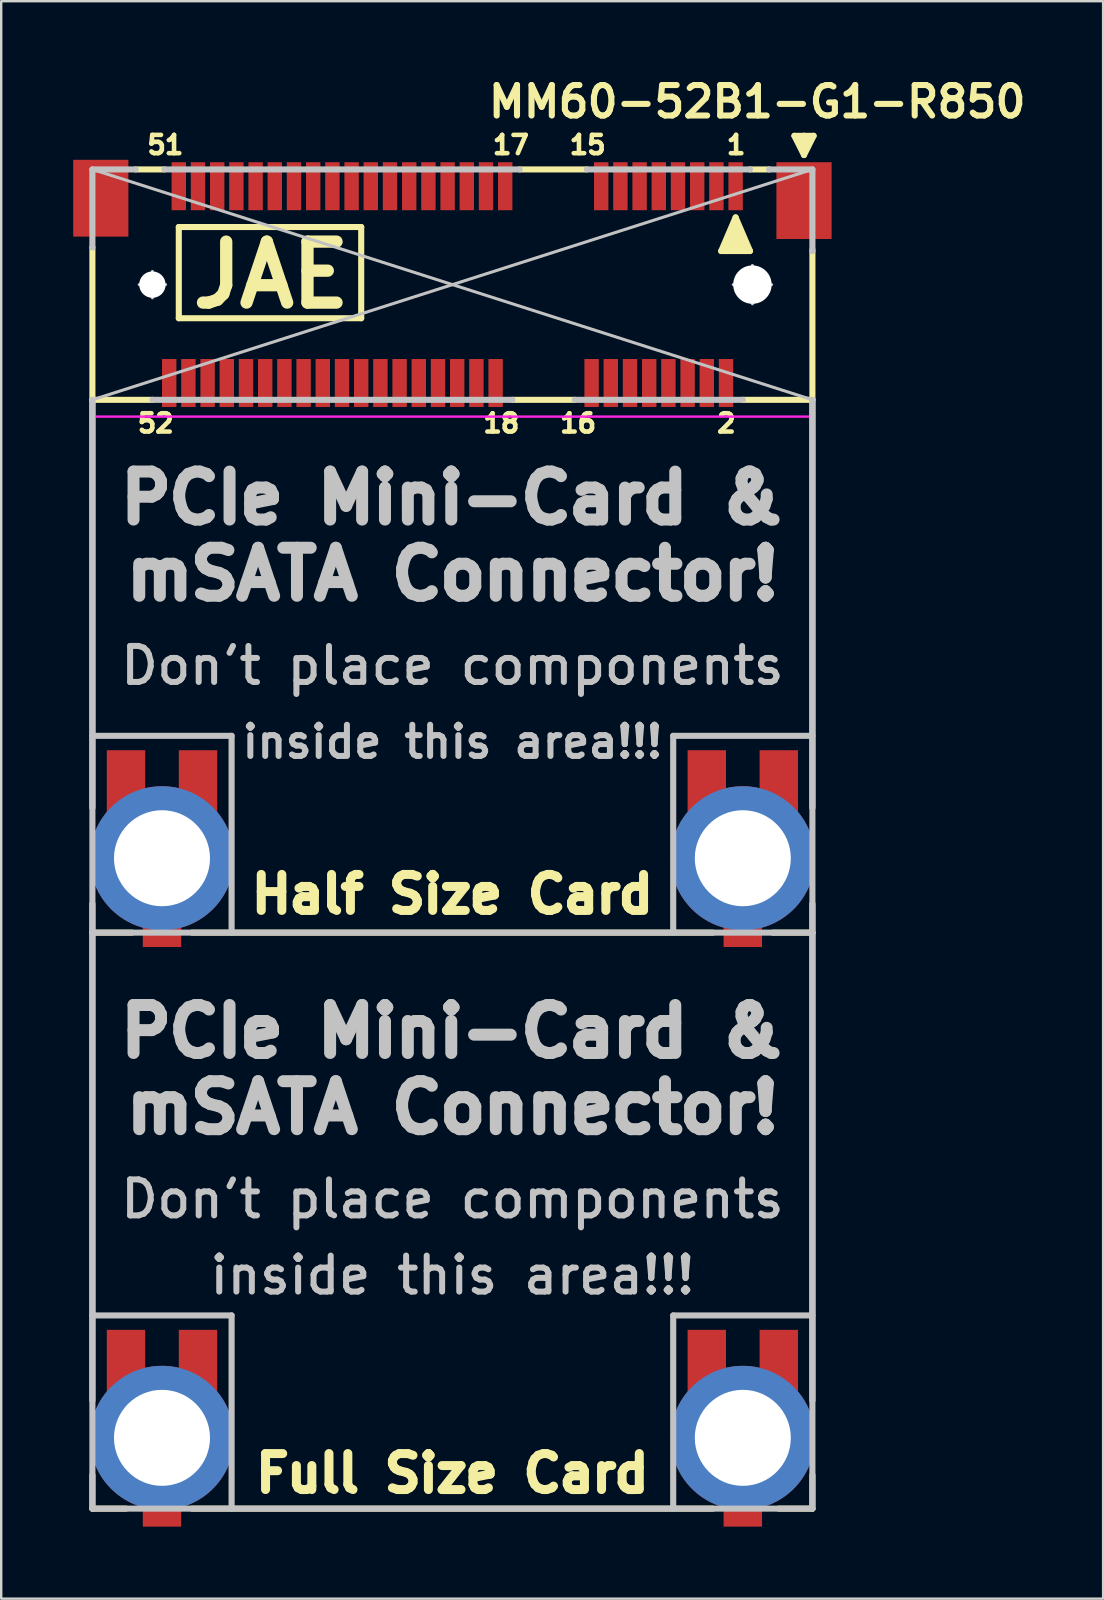
<source format=kicad_pcb>
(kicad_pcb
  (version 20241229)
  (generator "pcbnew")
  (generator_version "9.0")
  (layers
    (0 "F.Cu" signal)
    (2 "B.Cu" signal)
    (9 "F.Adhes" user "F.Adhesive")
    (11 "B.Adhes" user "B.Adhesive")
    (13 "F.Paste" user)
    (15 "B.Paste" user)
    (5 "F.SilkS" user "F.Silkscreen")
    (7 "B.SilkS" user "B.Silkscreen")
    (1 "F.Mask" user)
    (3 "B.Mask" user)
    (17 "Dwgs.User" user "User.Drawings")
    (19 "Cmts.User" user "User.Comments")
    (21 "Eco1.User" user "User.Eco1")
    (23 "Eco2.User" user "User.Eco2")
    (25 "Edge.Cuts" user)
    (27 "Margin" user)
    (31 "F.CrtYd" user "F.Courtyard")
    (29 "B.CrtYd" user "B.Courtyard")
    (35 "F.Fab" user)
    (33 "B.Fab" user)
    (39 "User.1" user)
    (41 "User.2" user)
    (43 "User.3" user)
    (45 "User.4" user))
  (footprint "MM60-52B1-G1-R850"
    (layer "F.Cu")
    (at 15.8 8.809)
    (property "Reference" "MM60-52B1-G1-R850" (at 12.7 -7.62 0) (layer "F.SilkS") (effects (font (size 1.27 1.27) (thickness 0.254))))
    (attr smd)
    (fp_line (start -15 4.8) (end -15 -1.55) (stroke (width 0.254) (type solid)) (layer "F.SilkS"))
    (fp_line (start -15 4.8) (end -15 21.8) (stroke (width 0.254) (type solid)) (layer "F.SilkS"))
    (fp_line (start -15 25.8) (end -15 27) (stroke (width 0.254) (type solid)) (layer "F.SilkS"))
    (fp_line (start -15 27) (end -15 46.5) (stroke (width 0.254) (type solid)) (layer "F.SilkS"))
    (fp_line (start -15 27) (end -13.35 27) (stroke (width 0.254) (type solid)) (layer "F.SilkS"))
    (fp_line (start -15 49.6) (end -15 51) (stroke (width 0.254) (type solid)) (layer "F.SilkS"))
    (fp_line (start -15 51) (end -13.6 51) (stroke (width 0.254) (type solid)) (layer "F.SilkS"))
    (fp_line (start -12.5 4.8) (end -15 4.8) (stroke (width 0.254) (type solid)) (layer "F.SilkS"))
    (fp_line (start -12 -4.8) (end -13.2 -4.8) (stroke (width 0.254) (type solid)) (layer "F.SilkS"))
    (fp_line (start -11.4 -2.4) (end -11.4 1.4) (stroke (width 0.254) (type solid)) (layer "F.SilkS"))
    (fp_line (start -11.4 1.4) (end -3.8 1.4) (stroke (width 0.254) (type solid)) (layer "F.SilkS"))
    (fp_line (start -10.85 27) (end 10.85 27) (stroke (width 0.254) (type solid)) (layer "F.SilkS"))
    (fp_line (start -10.85 51) (end 10.85 51) (stroke (width 0.254) (type solid)) (layer "F.SilkS"))
    (fp_line (start -3.8 -2.4) (end -11.4 -2.4) (stroke (width 0.254) (type solid)) (layer "F.SilkS"))
    (fp_line (start -3.8 1.4) (end -3.8 -2.4) (stroke (width 0.254) (type solid)) (layer "F.SilkS"))
    (fp_line (start 5.1 4.8) (end 2.5 4.8) (stroke (width 0.254) (type solid)) (layer "F.SilkS"))
    (fp_line (start 5.6 -4.8) (end 2.8 -4.8) (stroke (width 0.254) (type solid)) (layer "F.SilkS"))
    (fp_line (start 11.2 -1.4) (end 11.8 -2.8) (stroke (width 0.254) (type solid)) (layer "F.SilkS"))
    (fp_line (start 11.4 -1.4) (end 11.2 -1.4) (stroke (width 0.254) (type solid)) (layer "F.SilkS"))
    (fp_line (start 11.8 -2.8) (end 12.4 -1.4) (stroke (width 0.254) (type solid)) (layer "F.SilkS"))
    (fp_line (start 11.8 -2.4) (end 11.4 -1.4) (stroke (width 0.254) (type solid)) (layer "F.SilkS"))
    (fp_line (start 12 -2) (end 11.6 -2) (stroke (width 0.254) (type solid)) (layer "F.SilkS"))
    (fp_line (start 12 -1.8) (end 11.4 -1.8) (stroke (width 0.254) (type solid)) (layer "F.SilkS"))
    (fp_line (start 12.2 -1.6) (end 11.4 -1.6) (stroke (width 0.254) (type solid)) (layer "F.SilkS"))
    (fp_line (start 12.2 -1.4) (end 11.4 -1.4) (stroke (width 0.254) (type solid)) (layer "F.SilkS"))
    (fp_line (start 12.2 -1.4) (end 11.8 -2.4) (stroke (width 0.254) (type solid)) (layer "F.SilkS"))
    (fp_line (start 12.4 -1.4) (end 12.2 -1.4) (stroke (width 0.254) (type solid)) (layer "F.SilkS"))
    (fp_line (start 13.2 -4.8) (end 12.4 -4.8) (stroke (width 0.254) (type solid)) (layer "F.SilkS"))
    (fp_line (start 13.35 27) (end 15 27) (stroke (width 0.254) (type solid)) (layer "F.SilkS"))
    (fp_line (start 13.6 51) (end 15 51) (stroke (width 0.254) (type solid)) (layer "F.SilkS"))
    (fp_line (start 14.25 -6.2) (end 14.65 -5.4) (stroke (width 0.254) (type solid)) (layer "F.SilkS"))
    (fp_line (start 14.65 -6.2) (end 14.25 -6.2) (stroke (width 0.254) (type solid)) (layer "F.SilkS"))
    (fp_line (start 14.65 -5.6) (end 14.65 -6.2) (stroke (width 0.254) (type solid)) (layer "F.SilkS"))
    (fp_line (start 14.65 -5.4) (end 15.05 -6.2) (stroke (width 0.254) (type solid)) (layer "F.SilkS"))
    (fp_line (start 14.85 -6) (end 14.45 -6) (stroke (width 0.254) (type solid)) (layer "F.SilkS"))
    (fp_line (start 15 4.8) (end 12.1 4.8) (stroke (width 0.254) (type solid)) (layer "F.SilkS"))
    (fp_line (start 15 4.8) (end 15 -1.45) (stroke (width 0.254) (type solid)) (layer "F.SilkS"))
    (fp_line (start 15 4.8) (end 15 21.8) (stroke (width 0.254) (type solid)) (layer "F.SilkS"))
    (fp_line (start 15 25.8) (end 15 27) (stroke (width 0.254) (type solid)) (layer "F.SilkS"))
    (fp_line (start 15 27) (end 15 46.5) (stroke (width 0.254) (type solid)) (layer "F.SilkS"))
    (fp_line (start 15 51) (end 15 49.6) (stroke (width 0.254) (type solid)) (layer "F.SilkS"))
    (fp_line (start 15.05 -6.2) (end 14.65 -6.2) (stroke (width 0.254) (type solid)) (layer "F.SilkS"))
    (fp_line (start -15 -4.8) (end -15 -1.55) (stroke (width 0.254) (type solid)) (layer "Dwgs.User"))
    (fp_line (start -15 -4.8) (end 15 4.8) (stroke (width 0.127) (type solid)) (layer "Dwgs.User"))
    (fp_line (start -15 18.8) (end -9.2 18.8) (stroke (width 0.254) (type solid)) (layer "Dwgs.User"))
    (fp_line (start -15 42.95) (end -9.2 42.95) (stroke (width 0.254) (type solid)) (layer "Dwgs.User"))
    (fp_line (start -15 51) (end -15 4.8) (stroke (width 0.254) (type solid)) (layer "Dwgs.User"))
    (fp_line (start -13.4 23.9) (end -10.8 23.9) (stroke (width 0.127) (type solid)) (layer "Dwgs.User"))
    (fp_line (start -13.4 48.05) (end -10.8 48.05) (stroke (width 0.127) (type solid)) (layer "Dwgs.User"))
    (fp_line (start -13.2 -4.8) (end -15 -4.8) (stroke (width 0.254) (type solid)) (layer "Dwgs.User"))
    (fp_line (start -13.05 0) (end -11.95 0) (stroke (width 0.127) (type solid)) (layer "Dwgs.User"))
    (fp_line (start -12.5 0.55) (end -12.5 -0.55) (stroke (width 0.127) (type solid)) (layer "Dwgs.User"))
    (fp_line (start -12.1 25.2) (end -12.1 22.6) (stroke (width 0.127) (type solid)) (layer "Dwgs.User"))
    (fp_line (start -12.1 49.35) (end -12.1 46.75) (stroke (width 0.127) (type solid)) (layer "Dwgs.User"))
    (fp_line (start -9.2 27) (end -9.2 18.8) (stroke (width 0.254) (type solid)) (layer "Dwgs.User"))
    (fp_line (start -9.2 51) (end -9.2 42.95) (stroke (width 0.254) (type solid)) (layer "Dwgs.User"))
    (fp_line (start 2.5 4.8) (end -12.5 4.8) (stroke (width 0.254) (type solid)) (layer "Dwgs.User"))
    (fp_line (start 2.8 -4.8) (end -12 -4.8) (stroke (width 0.254) (type solid)) (layer "Dwgs.User"))
    (fp_line (start 9.2 18.8) (end 15 18.8) (stroke (width 0.254) (type solid)) (layer "Dwgs.User"))
    (fp_line (start 9.2 27) (end 9.2 18.8) (stroke (width 0.254) (type solid)) (layer "Dwgs.User"))
    (fp_line (start 9.2 42.95) (end 15 42.95) (stroke (width 0.254) (type solid)) (layer "Dwgs.User"))
    (fp_line (start 9.2 51) (end 9.2 42.95) (stroke (width 0.254) (type solid)) (layer "Dwgs.User"))
    (fp_line (start 10.8 23.9) (end 13.4 23.9) (stroke (width 0.127) (type solid)) (layer "Dwgs.User"))
    (fp_line (start 10.8 48.05) (end 13.4 48.05) (stroke (width 0.127) (type solid)) (layer "Dwgs.User"))
    (fp_line (start 11.7 0) (end 13.3 0) (stroke (width 0.127) (type solid)) (layer "Dwgs.User"))
    (fp_line (start 12.1 4.8) (end 5.1 4.8) (stroke (width 0.254) (type solid)) (layer "Dwgs.User"))
    (fp_line (start 12.1 25.2) (end 12.1 22.6) (stroke (width 0.127) (type solid)) (layer "Dwgs.User"))
    (fp_line (start 12.1 49.35) (end 12.1 46.75) (stroke (width 0.127) (type solid)) (layer "Dwgs.User"))
    (fp_line (start 12.4 -4.8) (end 5.6 -4.8) (stroke (width 0.254) (type solid)) (layer "Dwgs.User"))
    (fp_line (start 12.5 0.8) (end 12.5 -0.8) (stroke (width 0.127) (type solid)) (layer "Dwgs.User"))
    (fp_line (start 15 -4.8) (end -15 4.8) (stroke (width 0.127) (type solid)) (layer "Dwgs.User"))
    (fp_line (start 15 -4.8) (end 13.2 -4.8) (stroke (width 0.254) (type solid)) (layer "Dwgs.User"))
    (fp_line (start 15 -1.4) (end 15 -4.8) (stroke (width 0.254) (type solid)) (layer "Dwgs.User"))
    (fp_line (start 15 27) (end -15 27) (stroke (width 0.254) (type solid)) (layer "Dwgs.User"))
    (fp_line (start 15 51) (end -15 51) (stroke (width 0.254) (type solid)) (layer "Dwgs.User"))
    (fp_line (start 15 51) (end 15 4.8) (stroke (width 0.254) (type solid)) (layer "Dwgs.User"))
    (fp_circle (center -12.5 0) (end -12.8 0.275) (stroke (width 0.127) (type solid)) (fill no) (layer "Dwgs.User"))
    (fp_circle (center -12.1 23.9) (end -12.75 24.55) (stroke (width 0.127) (type solid)) (fill no) (layer "Dwgs.User"))
    (fp_circle (center -12.1 48.05) (end -12.75 48.7) (stroke (width 0.127) (type solid)) (fill no) (layer "Dwgs.User"))
    (fp_circle (center 12.1 23.9) (end 12.75 24.55) (stroke (width 0.127) (type solid)) (fill no) (layer "Dwgs.User"))
    (fp_circle (center 12.1 48.05) (end 12.75 48.7) (stroke (width 0.127) (type solid)) (fill no) (layer "Dwgs.User"))
    (fp_circle (center 12.5 0) (end 12.9 0.4) (stroke (width 0.127) (type solid)) (fill no) (layer "Dwgs.User"))
    (fp_line (start -15 5.5) (end 15 5.5) (stroke (width 0.1) (type solid)) (layer "F.CrtYd"))
    (fp_line (start -15 51) (end -15 5.5) (stroke (width 0.1) (type solid)) (layer "F.CrtYd"))
    (fp_line (start -15 51) (end 15 51) (stroke (width 0.1) (type solid)) (layer "F.CrtYd"))
    (fp_line (start 15 51) (end 15 5.5) (stroke (width 0.1) (type solid)) (layer "F.CrtYd"))
    (fp_text user "17" (at 2.436 -5.82 180) (layer "F.SilkS") (effects (font (size 0.762 0.762) (thickness 0.191))))
    (fp_text user "Half Size Card" (at 0 25.4 0) (layer "F.SilkS") (effects (font (size 1.5 1.5) (thickness 0.375))))
    (fp_text user "2" (at 11.417 5.779 180) (layer "F.SilkS") (effects (font (size 0.762 0.762) (thickness 0.191))))
    (fp_text user "52" (at -12.36 5.779 180) (layer "F.SilkS") (effects (font (size 0.762 0.762) (thickness 0.191))))
    (fp_text user "1" (at 11.82 -5.82 180) (layer "F.SilkS") (effects (font (size 0.762 0.762) (thickness 0.191))))
    (fp_text user "16" (at 5.237 5.779 180) (layer "F.SilkS") (effects (font (size 0.762 0.762) (thickness 0.191))))
    (fp_text user "Full Size Card" (at 0 49.53 0) (layer "F.SilkS") (effects (font (size 1.5 1.5) (thickness 0.375))))
    (fp_text user "JAE" (at -7.55 -0.4 180) (layer "F.SilkS") (effects (font (size 2.54 2.54) (thickness 0.511))))
    (fp_text user "18" (at 2.037 5.779 180) (layer "F.SilkS") (effects (font (size 0.762 0.762) (thickness 0.191))))
    (fp_text user "15" (at 5.636 -5.82 180) (layer "F.SilkS") (effects (font (size 0.762 0.762) (thickness 0.191))))
    (fp_text user "51" (at -11.961 -5.82 180) (layer "F.SilkS") (effects (font (size 0.762 0.762) (thickness 0.191))))
    (fp_text user "PCIe Mini-Card &" (at 0 31.115 0) (layer "Dwgs.User") (effects (font (size 2 2) (thickness 0.5))))
    (fp_text user "inside this area!!!" (at 0 19.05 0) (unlocked yes) (layer "Dwgs.User") (effects (font (size 1.3 1.3) (thickness 0.25))))
    (fp_text user "Don't place components" (at 0 38.1 0) (unlocked yes) (layer "Dwgs.User") (effects (font (size 1.5 1.5) (thickness 0.25))))
    (fp_text user "mSATA Connector!" (at 0 34.29 0) (layer "Dwgs.User") (effects (font (size 2 2) (thickness 0.5))))
    (fp_text user "Don't place components" (at 0 15.875 0) (unlocked yes) (layer "Dwgs.User") (effects (font (size 1.5 1.5) (thickness 0.25))))
    (fp_text user "mSATA Connector!" (at 0 12.065 0) (layer "Dwgs.User") (effects (font (size 2 2) (thickness 0.5))))
    (fp_text user "inside this area!!!" (at 0 41.275 0) (unlocked yes) (layer "Dwgs.User") (effects (font (size 1.5 1.5) (thickness 0.25))))
    (fp_text user "PCIe Mini-Card &" (at 0 8.89 0) (layer "Dwgs.User") (effects (font (size 2 2) (thickness 0.5))))
    (pad "" np_thru_hole circle (at -12.5 0 180) (size 1.1 1.1) (drill 1.1) (layers "*.Cu" "*.Mask"))
    (pad "" np_thru_hole circle (at 12.5 0 180) (size 1.6 1.6) (drill 1.6) (layers "*.Cu" "*.Mask"))
    (pad "1" smd rect (at 11.8 -4.1 180) (size 0.6 2) (layers "F.Cu" "F.Mask" "F.Paste"))
    (pad "2" smd rect (at 11.4 4.1 180) (size 0.6 2) (layers "F.Cu" "F.Mask" "F.Paste"))
    (pad "3" smd rect (at 11 -4.1 180) (size 0.6 2) (layers "F.Cu" "F.Mask" "F.Paste"))
    (pad "4" smd rect (at 10.6 4.1 180) (size 0.6 2) (layers "F.Cu" "F.Mask" "F.Paste"))
    (pad "5" smd rect (at 10.2 -4.1 180) (size 0.6 2) (layers "F.Cu" "F.Mask" "F.Paste"))
    (pad "6" smd rect (at 9.8 4.1 180) (size 0.6 2) (layers "F.Cu" "F.Mask" "F.Paste"))
    (pad "7" smd rect (at 9.4 -4.1 180) (size 0.6 2) (layers "F.Cu" "F.Mask" "F.Paste"))
    (pad "8" smd rect (at 9 4.1 180) (size 0.6 2) (layers "F.Cu" "F.Mask" "F.Paste"))
    (pad "9" smd rect (at 8.6 -4.1 180) (size 0.6 2) (layers "F.Cu" "F.Mask" "F.Paste"))
    (pad "10" smd rect (at 8.2 4.1 180) (size 0.6 2) (layers "F.Cu" "F.Mask" "F.Paste"))
    (pad "11" smd rect (at 7.8 -4.1 180) (size 0.6 2) (layers "F.Cu" "F.Mask" "F.Paste"))
    (pad "12" smd rect (at 7.4 4.1 180) (size 0.6 2) (layers "F.Cu" "F.Mask" "F.Paste"))
    (pad "13" smd rect (at 7 -4.1 180) (size 0.6 2) (layers "F.Cu" "F.Mask" "F.Paste"))
    (pad "14" smd rect (at 6.6 4.1 180) (size 0.6 2) (layers "F.Cu" "F.Mask" "F.Paste"))
    (pad "15" smd rect (at 6.2 -4.1 180) (size 0.6 2) (layers "F.Cu" "F.Mask" "F.Paste"))
    (pad "16" smd rect (at 5.8 4.1 180) (size 0.6 2) (layers "F.Cu" "F.Mask" "F.Paste"))
    (pad "17" smd rect (at 2.2 -4.1 180) (size 0.6 2) (layers "F.Cu" "F.Mask" "F.Paste"))
    (pad "18" smd rect (at 1.8 4.1 180) (size 0.6 2) (layers "F.Cu" "F.Mask" "F.Paste"))
    (pad "19" smd rect (at 1.4 -4.1 180) (size 0.6 2) (layers "F.Cu" "F.Mask" "F.Paste"))
    (pad "20" smd rect (at 1 4.1 180) (size 0.6 2) (layers "F.Cu" "F.Mask" "F.Paste"))
    (pad "21" smd rect (at 0.6 -4.1 180) (size 0.6 2) (layers "F.Cu" "F.Mask" "F.Paste"))
    (pad "22" smd rect (at 0.2 4.1 180) (size 0.6 2) (layers "F.Cu" "F.Mask" "F.Paste"))
    (pad "23" smd rect (at -0.2 -4.1 180) (size 0.6 2) (layers "F.Cu" "F.Mask" "F.Paste"))
    (pad "24" smd rect (at -0.6 4.1 180) (size 0.6 2) (layers "F.Cu" "F.Mask" "F.Paste"))
    (pad "25" smd rect (at -1 -4.1 180) (size 0.6 2) (layers "F.Cu" "F.Mask" "F.Paste"))
    (pad "26" smd rect (at -1.4 4.1 180) (size 0.6 2) (layers "F.Cu" "F.Mask" "F.Paste"))
    (pad "27" smd rect (at -1.8 -4.1 180) (size 0.6 2) (layers "F.Cu" "F.Mask" "F.Paste"))
    (pad "28" smd rect (at -2.2 4.1 180) (size 0.6 2) (layers "F.Cu" "F.Mask" "F.Paste"))
    (pad "29" smd rect (at -2.6 -4.1 180) (size 0.6 2) (layers "F.Cu" "F.Mask" "F.Paste"))
    (pad "30" smd rect (at -3 4.1 180) (size 0.6 2) (layers "F.Cu" "F.Mask" "F.Paste"))
    (pad "31" smd rect (at -3.4 -4.1 180) (size 0.6 2) (layers "F.Cu" "F.Mask" "F.Paste"))
    (pad "32" smd rect (at -3.8 4.1 180) (size 0.6 2) (layers "F.Cu" "F.Mask" "F.Paste"))
    (pad "33" smd rect (at -4.2 -4.1 180) (size 0.6 2) (layers "F.Cu" "F.Mask" "F.Paste"))
    (pad "34" smd rect (at -4.6 4.1 180) (size 0.6 2) (layers "F.Cu" "F.Mask" "F.Paste"))
    (pad "35" smd rect (at -5 -4.1 180) (size 0.6 2) (layers "F.Cu" "F.Mask" "F.Paste"))
    (pad "36" smd rect (at -5.4 4.1 180) (size 0.6 2) (layers "F.Cu" "F.Mask" "F.Paste"))
    (pad "37" smd rect (at -5.8 -4.1 180) (size 0.6 2) (layers "F.Cu" "F.Mask" "F.Paste"))
    (pad "38" smd rect (at -6.2 4.1 180) (size 0.6 2) (layers "F.Cu" "F.Mask" "F.Paste"))
    (pad "39" smd rect (at -6.6 -4.1 180) (size 0.6 2) (layers "F.Cu" "F.Mask" "F.Paste"))
    (pad "40" smd rect (at -7 4.1 180) (size 0.6 2) (layers "F.Cu" "F.Mask" "F.Paste"))
    (pad "41" smd rect (at -7.4 -4.1 180) (size 0.6 2) (layers "F.Cu" "F.Mask" "F.Paste"))
    (pad "42" smd rect (at -7.8 4.1 180) (size 0.6 2) (layers "F.Cu" "F.Mask" "F.Paste"))
    (pad "43" smd rect (at -8.2 -4.1 180) (size 0.6 2) (layers "F.Cu" "F.Mask" "F.Paste"))
    (pad "44" smd rect (at -8.6 4.1 180) (size 0.6 2) (layers "F.Cu" "F.Mask" "F.Paste"))
    (pad "45" smd rect (at -9 -4.1 180) (size 0.6 2) (layers "F.Cu" "F.Mask" "F.Paste"))
    (pad "46" smd rect (at -9.4 4.1 180) (size 0.6 2) (layers "F.Cu" "F.Mask" "F.Paste"))
    (pad "47" smd rect (at -9.8 -4.1 180) (size 0.6 2) (layers "F.Cu" "F.Mask" "F.Paste"))
    (pad "48" smd rect (at -10.2 4.1 180) (size 0.6 2) (layers "F.Cu" "F.Mask" "F.Paste"))
    (pad "49" smd rect (at -10.6 -4.1 180) (size 0.6 2) (layers "F.Cu" "F.Mask" "F.Paste"))
    (pad "50" smd rect (at -11 4.1 180) (size 0.6 2) (layers "F.Cu" "F.Mask" "F.Paste"))
    (pad "51" smd rect (at -11.4 -4.1 180) (size 0.6 2) (layers "F.Cu" "F.Mask" "F.Paste"))
    (pad "52" smd rect (at -11.8 4.1 180) (size 0.6 2) (layers "F.Cu" "F.Mask" "F.Paste"))
    (pad "MP1" smd rect (at 10.6 20.75 180) (size 1.6 2.7) (layers "F.Cu" "F.Mask"))
    (pad "MP1" smd rect (at 10.6 44.9 180) (size 1.6 2.7) (layers "F.Cu" "F.Mask"))
    (pad "MP1" thru_hole circle (at 12.1 23.9 180) (size 6 6) (drill 4) (layers "*.Cu" "*.Mask"))
    (pad "MP1" smd rect (at 12.1 26.65 180) (size 1.6 1.9) (layers "F.Cu" "F.Mask"))
    (pad "MP1" thru_hole circle (at 12.1 48.05 180) (size 6 6) (drill 4) (layers "*.Cu" "*.Mask"))
    (pad "MP1" smd rect (at 12.1 50.8 180) (size 1.6 1.9) (layers "F.Cu" "F.Mask"))
    (pad "MP1" smd rect (at 13.6 20.75 180) (size 1.6 2.7) (layers "F.Cu" "F.Mask"))
    (pad "MP1" smd rect (at 13.6 44.9 180) (size 1.6 2.7) (layers "F.Cu" "F.Mask"))
    (pad "MP1" smd rect (at 14.65 -3.5 180) (size 2.3 3.2) (layers "F.Cu" "F.Mask" "F.Paste"))
    (pad "MP2" smd rect (at -14.65 -3.6 180) (size 2.3 3.2) (layers "F.Cu" "F.Mask" "F.Paste"))
    (pad "MP2" smd rect (at -13.6 20.75 180) (size 1.6 2.7) (layers "F.Cu" "F.Mask"))
    (pad "MP2" smd rect (at -13.6 44.9 180) (size 1.6 2.7) (layers "F.Cu" "F.Mask"))
    (pad "MP2" thru_hole circle (at -12.1 23.9 180) (size 6 6) (drill 4) (layers "*.Cu" "*.Mask"))
    (pad "MP2" smd rect (at -12.1 26.65 180) (size 1.6 1.9) (layers "F.Cu" "F.Mask"))
    (pad "MP2" thru_hole circle (at -12.1 48.05 180) (size 6 6) (drill 4) (layers "*.Cu" "*.Mask"))
    (pad "MP2" smd rect (at -12.1 50.8 180) (size 1.6 1.9) (layers "F.Cu" "F.Mask"))
    (pad "MP2" smd rect (at -10.6 20.75 180) (size 1.6 2.7) (layers "F.Cu" "F.Mask"))
    (pad "MP2" smd rect (at -10.6 44.9 180) (size 1.6 2.7) (layers "F.Cu" "F.Mask")))
  (gr_rect
    (start -3 -3)
    (end 42.912 63.559)
    (stroke (width 0.1) (type default))
    (fill no)
    (layer "Edge.Cuts")))
</source>
